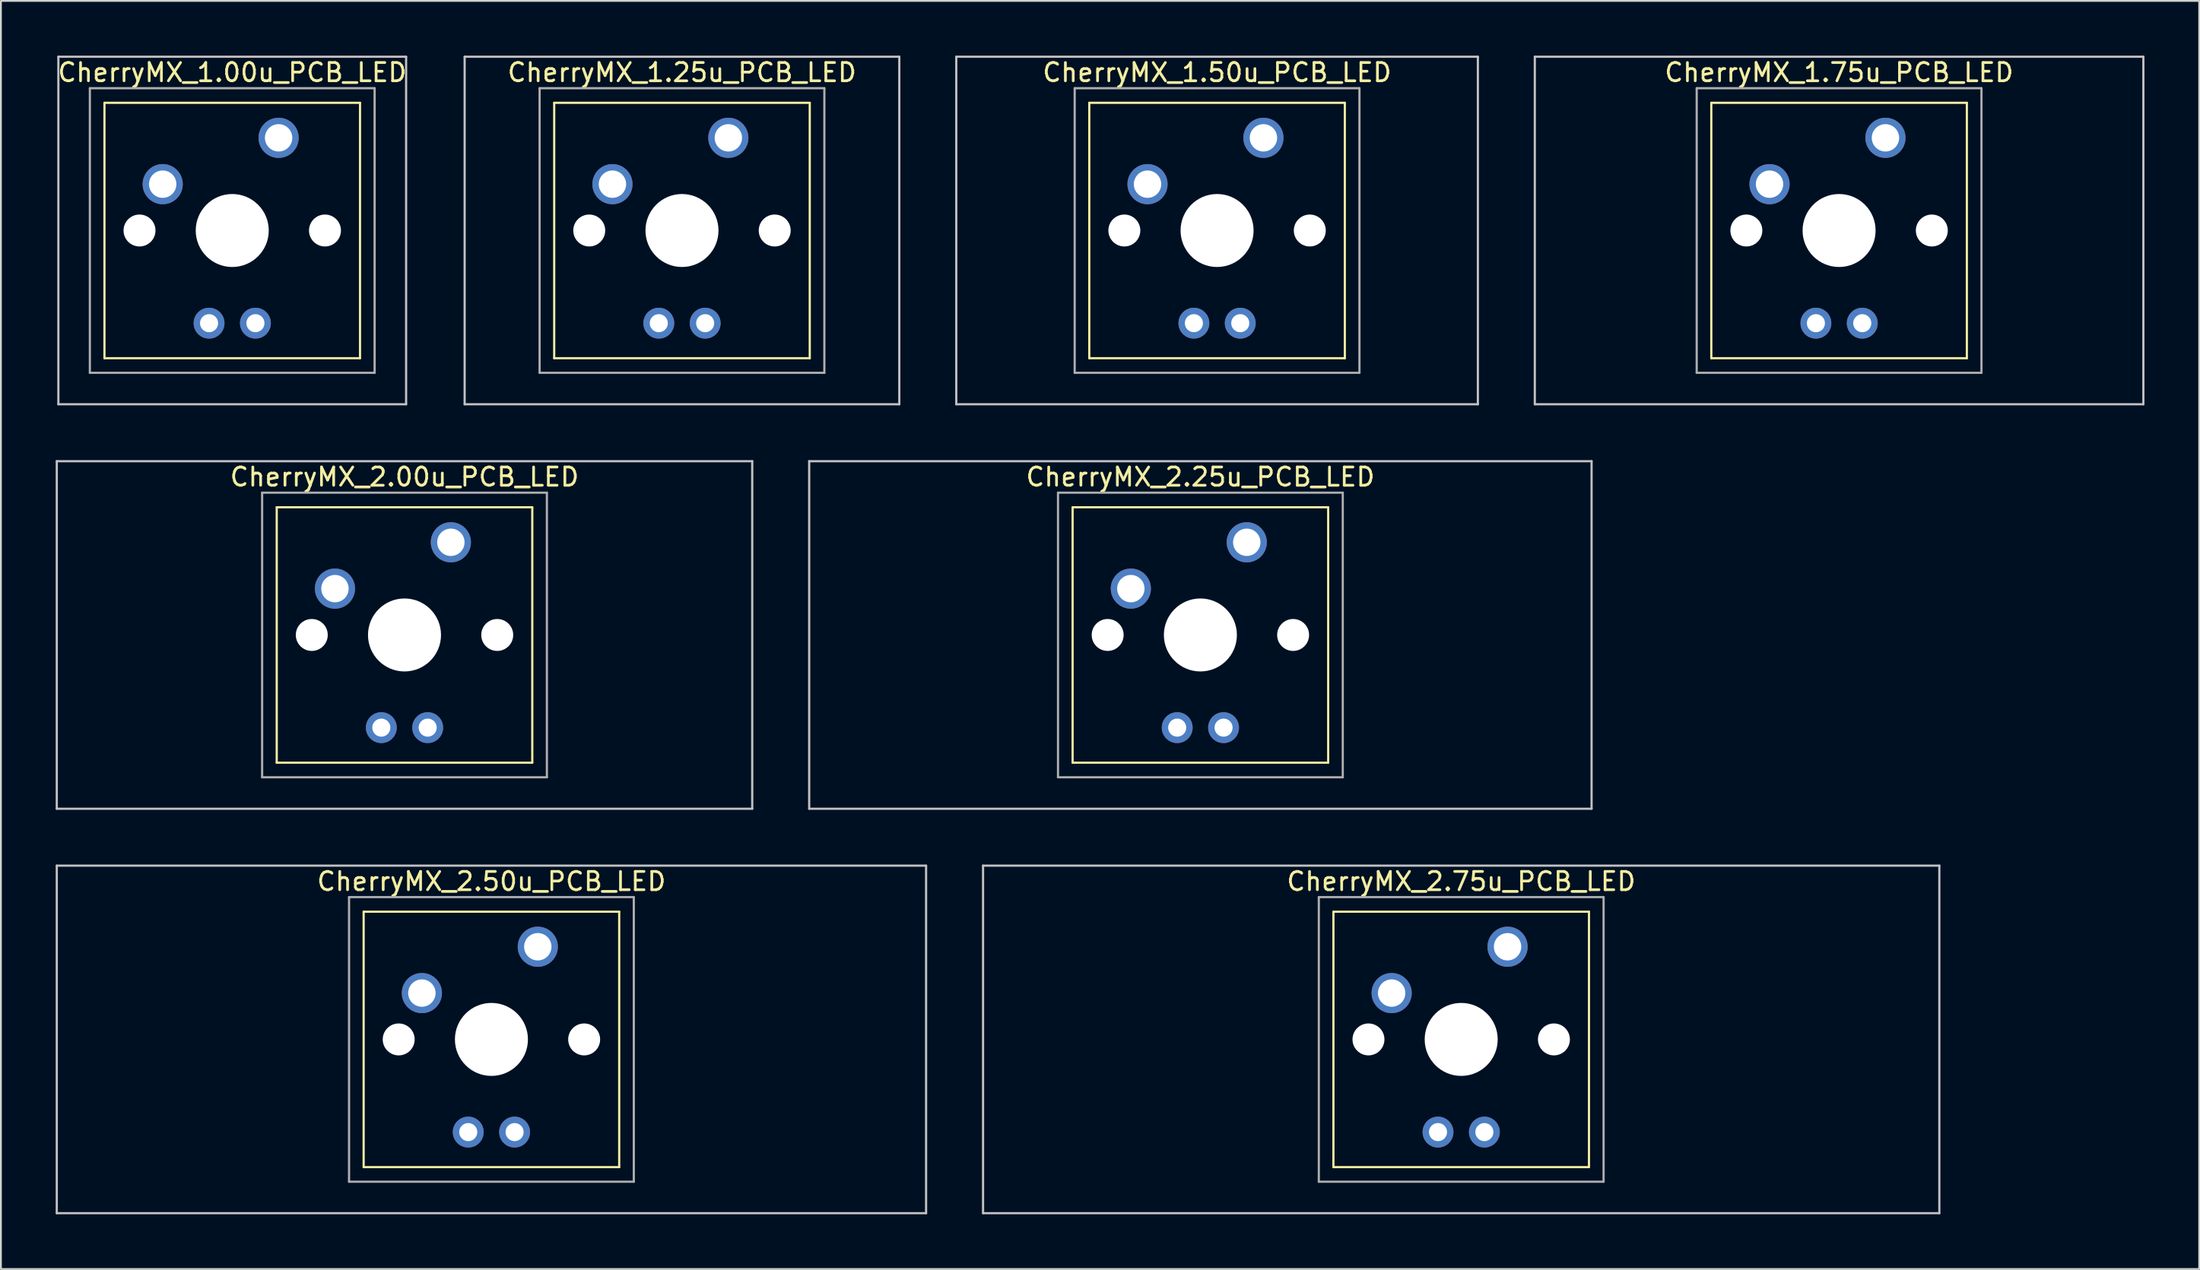
<source format=kicad_pcb>
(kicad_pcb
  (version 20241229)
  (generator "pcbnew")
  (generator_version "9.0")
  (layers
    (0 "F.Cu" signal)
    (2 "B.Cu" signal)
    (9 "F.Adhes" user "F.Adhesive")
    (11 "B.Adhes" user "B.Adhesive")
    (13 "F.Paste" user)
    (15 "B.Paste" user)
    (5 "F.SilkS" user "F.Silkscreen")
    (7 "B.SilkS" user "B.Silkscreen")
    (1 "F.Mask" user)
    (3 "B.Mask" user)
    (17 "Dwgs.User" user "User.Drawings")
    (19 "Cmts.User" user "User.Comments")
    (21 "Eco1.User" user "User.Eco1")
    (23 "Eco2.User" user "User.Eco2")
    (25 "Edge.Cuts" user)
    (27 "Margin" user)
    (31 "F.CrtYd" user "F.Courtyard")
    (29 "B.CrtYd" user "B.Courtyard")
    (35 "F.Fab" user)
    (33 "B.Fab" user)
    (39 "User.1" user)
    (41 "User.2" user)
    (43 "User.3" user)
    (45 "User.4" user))
  (footprint "CherryMX_1.75u_PCB_LED"
    (layer "F.Cu")
    (at 97.701 9.585)
    (property "Reference" "CherryMX_1.75u_PCB_LED" (at 0 -8.662 0) (layer "F.SilkS") (effects (font (size 1 1) (thickness 0.15))))
    (attr through_hole)
    (fp_line (start -7 -7) (end -7 7) (stroke (width 0.12) (type solid)) (layer "F.SilkS"))
    (fp_line (start -7 -7) (end 7 -7) (stroke (width 0.12) (type solid)) (layer "F.SilkS"))
    (fp_line (start 7 -7) (end 7 7) (stroke (width 0.12) (type solid)) (layer "F.SilkS"))
    (fp_line (start 7 7) (end -7 7) (stroke (width 0.12) (type solid)) (layer "F.SilkS"))
    (fp_line (start -16.669 -9.525) (end 16.669 -9.525) (stroke (width 0.12) (type solid)) (layer "Dwgs.User"))
    (fp_line (start -16.669 9.525) (end -16.669 -9.525) (stroke (width 0.12) (type solid)) (layer "Dwgs.User"))
    (fp_line (start 16.669 -9.525) (end 16.669 9.525) (stroke (width 0.12) (type solid)) (layer "Dwgs.User"))
    (fp_line (start 16.669 9.525) (end -16.669 9.525) (stroke (width 0.12) (type solid)) (layer "Dwgs.User"))
    (fp_line (start -7.8 -7.8) (end -7.8 7.8) (stroke (width 0.12) (type solid)) (layer "F.Fab"))
    (fp_line (start -7.8 -7.8) (end 7.8 -7.8) (stroke (width 0.12) (type solid)) (layer "F.Fab"))
    (fp_line (start -7.8 7.8) (end 7.8 7.8) (stroke (width 0.12) (type solid)) (layer "F.Fab"))
    (fp_line (start 7.8 -7.8) (end 7.8 7.8) (stroke (width 0.12) (type solid)) (layer "F.Fab"))
    (pad "" np_thru_hole circle (at -5.08 0) (size 1.75 1.75) (drill 1.75) (layers "*.Cu" "*.Mask"))
    (pad "" np_thru_hole circle (at 0 0) (size 4 4) (drill 4) (layers "*.Cu" "*.Mask"))
    (pad "" np_thru_hole circle (at 5.08 0) (size 1.75 1.75) (drill 1.75) (layers "*.Cu" "*.Mask"))
    (pad "1" thru_hole circle (at -3.81 -2.54) (size 2.2 2.2) (drill 1.5) (layers "*.Cu" "*.Mask"))
    (pad "2" thru_hole circle (at 2.54 -5.08) (size 2.2 2.2) (drill 1.5) (layers "*.Cu" "*.Mask"))
    (pad "3" thru_hole circle (at -1.27 5.08) (size 1.691 1.691) (drill 0.991) (layers "*.Cu" "*.Mask"))
    (pad "4" thru_hole circle (at 1.27 5.08) (size 1.691 1.691) (drill 0.991) (layers "*.Cu" "*.Mask")))
  (footprint "CherryMX_2.00u_PCB_LED"
    (layer "F.Cu")
    (at 19.11 31.755)
    (property "Reference" "CherryMX_2.00u_PCB_LED" (at 0 -8.662 0) (layer "F.SilkS") (effects (font (size 1 1) (thickness 0.15))))
    (attr through_hole)
    (fp_line (start -7 -7) (end -7 7) (stroke (width 0.12) (type solid)) (layer "F.SilkS"))
    (fp_line (start -7 -7) (end 7 -7) (stroke (width 0.12) (type solid)) (layer "F.SilkS"))
    (fp_line (start 7 -7) (end 7 7) (stroke (width 0.12) (type solid)) (layer "F.SilkS"))
    (fp_line (start 7 7) (end -7 7) (stroke (width 0.12) (type solid)) (layer "F.SilkS"))
    (fp_line (start -19.05 -9.525) (end 19.05 -9.525) (stroke (width 0.12) (type solid)) (layer "Dwgs.User"))
    (fp_line (start -19.05 9.525) (end -19.05 -9.525) (stroke (width 0.12) (type solid)) (layer "Dwgs.User"))
    (fp_line (start 19.05 -9.525) (end 19.05 9.525) (stroke (width 0.12) (type solid)) (layer "Dwgs.User"))
    (fp_line (start 19.05 9.525) (end -19.05 9.525) (stroke (width 0.12) (type solid)) (layer "Dwgs.User"))
    (fp_line (start -7.8 -7.8) (end -7.8 7.8) (stroke (width 0.12) (type solid)) (layer "F.Fab"))
    (fp_line (start -7.8 -7.8) (end 7.8 -7.8) (stroke (width 0.12) (type solid)) (layer "F.Fab"))
    (fp_line (start -7.8 7.8) (end 7.8 7.8) (stroke (width 0.12) (type solid)) (layer "F.Fab"))
    (fp_line (start 7.8 -7.8) (end 7.8 7.8) (stroke (width 0.12) (type solid)) (layer "F.Fab"))
    (pad "" np_thru_hole circle (at -5.08 0) (size 1.75 1.75) (drill 1.75) (layers "*.Cu" "*.Mask"))
    (pad "" np_thru_hole circle (at 0 0) (size 4 4) (drill 4) (layers "*.Cu" "*.Mask"))
    (pad "" np_thru_hole circle (at 5.08 0) (size 1.75 1.75) (drill 1.75) (layers "*.Cu" "*.Mask"))
    (pad "1" thru_hole circle (at -3.81 -2.54) (size 2.2 2.2) (drill 1.5) (layers "*.Cu" "*.Mask"))
    (pad "2" thru_hole circle (at 2.54 -5.08) (size 2.2 2.2) (drill 1.5) (layers "*.Cu" "*.Mask"))
    (pad "3" thru_hole circle (at -1.27 5.08) (size 1.691 1.691) (drill 0.991) (layers "*.Cu" "*.Mask"))
    (pad "4" thru_hole circle (at 1.27 5.08) (size 1.691 1.691) (drill 0.991) (layers "*.Cu" "*.Mask")))
  (footprint "CherryMX_2.25u_PCB_LED"
    (layer "F.Cu")
    (at 62.711 31.755)
    (property "Reference" "CherryMX_2.25u_PCB_LED" (at 0 -8.662 0) (layer "F.SilkS") (effects (font (size 1 1) (thickness 0.15))))
    (attr through_hole)
    (fp_line (start -7 -7) (end -7 7) (stroke (width 0.12) (type solid)) (layer "F.SilkS"))
    (fp_line (start -7 -7) (end 7 -7) (stroke (width 0.12) (type solid)) (layer "F.SilkS"))
    (fp_line (start 7 -7) (end 7 7) (stroke (width 0.12) (type solid)) (layer "F.SilkS"))
    (fp_line (start 7 7) (end -7 7) (stroke (width 0.12) (type solid)) (layer "F.SilkS"))
    (fp_line (start -21.431 -9.525) (end 21.431 -9.525) (stroke (width 0.12) (type solid)) (layer "Dwgs.User"))
    (fp_line (start -21.431 9.525) (end -21.431 -9.525) (stroke (width 0.12) (type solid)) (layer "Dwgs.User"))
    (fp_line (start 21.431 -9.525) (end 21.431 9.525) (stroke (width 0.12) (type solid)) (layer "Dwgs.User"))
    (fp_line (start 21.431 9.525) (end -21.431 9.525) (stroke (width 0.12) (type solid)) (layer "Dwgs.User"))
    (fp_line (start -7.8 -7.8) (end -7.8 7.8) (stroke (width 0.12) (type solid)) (layer "F.Fab"))
    (fp_line (start -7.8 -7.8) (end 7.8 -7.8) (stroke (width 0.12) (type solid)) (layer "F.Fab"))
    (fp_line (start -7.8 7.8) (end 7.8 7.8) (stroke (width 0.12) (type solid)) (layer "F.Fab"))
    (fp_line (start 7.8 -7.8) (end 7.8 7.8) (stroke (width 0.12) (type solid)) (layer "F.Fab"))
    (pad "" np_thru_hole circle (at -5.08 0) (size 1.75 1.75) (drill 1.75) (layers "*.Cu" "*.Mask"))
    (pad "" np_thru_hole circle (at 0 0) (size 4 4) (drill 4) (layers "*.Cu" "*.Mask"))
    (pad "" np_thru_hole circle (at 5.08 0) (size 1.75 1.75) (drill 1.75) (layers "*.Cu" "*.Mask"))
    (pad "1" thru_hole circle (at -3.81 -2.54) (size 2.2 2.2) (drill 1.5) (layers "*.Cu" "*.Mask"))
    (pad "2" thru_hole circle (at 2.54 -5.08) (size 2.2 2.2) (drill 1.5) (layers "*.Cu" "*.Mask"))
    (pad "3" thru_hole circle (at -1.27 5.08) (size 1.691 1.691) (drill 0.991) (layers "*.Cu" "*.Mask"))
    (pad "4" thru_hole circle (at 1.27 5.08) (size 1.691 1.691) (drill 0.991) (layers "*.Cu" "*.Mask")))
  (footprint "CherryMX_1.50u_PCB_LED"
    (layer "F.Cu")
    (at 63.625 9.585)
    (property "Reference" "CherryMX_1.50u_PCB_LED" (at 0 -8.662 0) (layer "F.SilkS") (effects (font (size 1 1) (thickness 0.15))))
    (attr through_hole)
    (fp_line (start -7 -7) (end -7 7) (stroke (width 0.12) (type solid)) (layer "F.SilkS"))
    (fp_line (start -7 -7) (end 7 -7) (stroke (width 0.12) (type solid)) (layer "F.SilkS"))
    (fp_line (start 7 -7) (end 7 7) (stroke (width 0.12) (type solid)) (layer "F.SilkS"))
    (fp_line (start 7 7) (end -7 7) (stroke (width 0.12) (type solid)) (layer "F.SilkS"))
    (fp_line (start -14.287 -9.525) (end 14.287 -9.525) (stroke (width 0.12) (type solid)) (layer "Dwgs.User"))
    (fp_line (start -14.287 9.525) (end -14.287 -9.525) (stroke (width 0.12) (type solid)) (layer "Dwgs.User"))
    (fp_line (start 14.287 -9.525) (end 14.287 9.525) (stroke (width 0.12) (type solid)) (layer "Dwgs.User"))
    (fp_line (start 14.287 9.525) (end -14.287 9.525) (stroke (width 0.12) (type solid)) (layer "Dwgs.User"))
    (fp_line (start -7.8 -7.8) (end -7.8 7.8) (stroke (width 0.12) (type solid)) (layer "F.Fab"))
    (fp_line (start -7.8 -7.8) (end 7.8 -7.8) (stroke (width 0.12) (type solid)) (layer "F.Fab"))
    (fp_line (start -7.8 7.8) (end 7.8 7.8) (stroke (width 0.12) (type solid)) (layer "F.Fab"))
    (fp_line (start 7.8 -7.8) (end 7.8 7.8) (stroke (width 0.12) (type solid)) (layer "F.Fab"))
    (pad "" np_thru_hole circle (at -5.08 0) (size 1.75 1.75) (drill 1.75) (layers "*.Cu" "*.Mask"))
    (pad "" np_thru_hole circle (at 0 0) (size 4 4) (drill 4) (layers "*.Cu" "*.Mask"))
    (pad "" np_thru_hole circle (at 5.08 0) (size 1.75 1.75) (drill 1.75) (layers "*.Cu" "*.Mask"))
    (pad "1" thru_hole circle (at -3.81 -2.54) (size 2.2 2.2) (drill 1.5) (layers "*.Cu" "*.Mask"))
    (pad "2" thru_hole circle (at 2.54 -5.08) (size 2.2 2.2) (drill 1.5) (layers "*.Cu" "*.Mask"))
    (pad "3" thru_hole circle (at -1.27 5.08) (size 1.691 1.691) (drill 0.991) (layers "*.Cu" "*.Mask"))
    (pad "4" thru_hole circle (at 1.27 5.08) (size 1.691 1.691) (drill 0.991) (layers "*.Cu" "*.Mask")))
  (footprint "CherryMX_2.75u_PCB_LED"
    (layer "F.Cu")
    (at 76.999 53.925)
    (property "Reference" "CherryMX_2.75u_PCB_LED" (at 0 -8.662 0) (layer "F.SilkS") (effects (font (size 1 1) (thickness 0.15))))
    (attr through_hole)
    (fp_line (start -7 -7) (end -7 7) (stroke (width 0.12) (type solid)) (layer "F.SilkS"))
    (fp_line (start -7 -7) (end 7 -7) (stroke (width 0.12) (type solid)) (layer "F.SilkS"))
    (fp_line (start 7 -7) (end 7 7) (stroke (width 0.12) (type solid)) (layer "F.SilkS"))
    (fp_line (start 7 7) (end -7 7) (stroke (width 0.12) (type solid)) (layer "F.SilkS"))
    (fp_line (start -26.194 -9.525) (end 26.194 -9.525) (stroke (width 0.12) (type solid)) (layer "Dwgs.User"))
    (fp_line (start -26.194 9.525) (end -26.194 -9.525) (stroke (width 0.12) (type solid)) (layer "Dwgs.User"))
    (fp_line (start 26.194 -9.525) (end 26.194 9.525) (stroke (width 0.12) (type solid)) (layer "Dwgs.User"))
    (fp_line (start 26.194 9.525) (end -26.194 9.525) (stroke (width 0.12) (type solid)) (layer "Dwgs.User"))
    (fp_line (start -7.8 -7.8) (end -7.8 7.8) (stroke (width 0.12) (type solid)) (layer "F.Fab"))
    (fp_line (start -7.8 -7.8) (end 7.8 -7.8) (stroke (width 0.12) (type solid)) (layer "F.Fab"))
    (fp_line (start -7.8 7.8) (end 7.8 7.8) (stroke (width 0.12) (type solid)) (layer "F.Fab"))
    (fp_line (start 7.8 -7.8) (end 7.8 7.8) (stroke (width 0.12) (type solid)) (layer "F.Fab"))
    (pad "" np_thru_hole circle (at -5.08 0) (size 1.75 1.75) (drill 1.75) (layers "*.Cu" "*.Mask"))
    (pad "" np_thru_hole circle (at 0 0) (size 4 4) (drill 4) (layers "*.Cu" "*.Mask"))
    (pad "" np_thru_hole circle (at 5.08 0) (size 1.75 1.75) (drill 1.75) (layers "*.Cu" "*.Mask"))
    (pad "1" thru_hole circle (at -3.81 -2.54) (size 2.2 2.2) (drill 1.5) (layers "*.Cu" "*.Mask"))
    (pad "2" thru_hole circle (at 2.54 -5.08) (size 2.2 2.2) (drill 1.5) (layers "*.Cu" "*.Mask"))
    (pad "3" thru_hole circle (at -1.27 5.08) (size 1.691 1.691) (drill 0.991) (layers "*.Cu" "*.Mask"))
    (pad "4" thru_hole circle (at 1.27 5.08) (size 1.691 1.691) (drill 0.991) (layers "*.Cu" "*.Mask")))
  (footprint "CherryMX_1.25u_PCB_LED"
    (layer "F.Cu")
    (at 34.311 9.585)
    (property "Reference" "CherryMX_1.25u_PCB_LED" (at 0 -8.662 0) (layer "F.SilkS") (effects (font (size 1 1) (thickness 0.15))))
    (attr through_hole)
    (fp_line (start -7 -7) (end -7 7) (stroke (width 0.12) (type solid)) (layer "F.SilkS"))
    (fp_line (start -7 -7) (end 7 -7) (stroke (width 0.12) (type solid)) (layer "F.SilkS"))
    (fp_line (start 7 -7) (end 7 7) (stroke (width 0.12) (type solid)) (layer "F.SilkS"))
    (fp_line (start 7 7) (end -7 7) (stroke (width 0.12) (type solid)) (layer "F.SilkS"))
    (fp_line (start -11.906 -9.525) (end 11.906 -9.525) (stroke (width 0.12) (type solid)) (layer "Dwgs.User"))
    (fp_line (start -11.906 9.525) (end -11.906 -9.525) (stroke (width 0.12) (type solid)) (layer "Dwgs.User"))
    (fp_line (start 11.906 -9.525) (end 11.906 9.525) (stroke (width 0.12) (type solid)) (layer "Dwgs.User"))
    (fp_line (start 11.906 9.525) (end -11.906 9.525) (stroke (width 0.12) (type solid)) (layer "Dwgs.User"))
    (fp_line (start -7.8 -7.8) (end -7.8 7.8) (stroke (width 0.12) (type solid)) (layer "F.Fab"))
    (fp_line (start -7.8 -7.8) (end 7.8 -7.8) (stroke (width 0.12) (type solid)) (layer "F.Fab"))
    (fp_line (start -7.8 7.8) (end 7.8 7.8) (stroke (width 0.12) (type solid)) (layer "F.Fab"))
    (fp_line (start 7.8 -7.8) (end 7.8 7.8) (stroke (width 0.12) (type solid)) (layer "F.Fab"))
    (pad "" np_thru_hole circle (at -5.08 0) (size 1.75 1.75) (drill 1.75) (layers "*.Cu" "*.Mask"))
    (pad "" np_thru_hole circle (at 0 0) (size 4 4) (drill 4) (layers "*.Cu" "*.Mask"))
    (pad "" np_thru_hole circle (at 5.08 0) (size 1.75 1.75) (drill 1.75) (layers "*.Cu" "*.Mask"))
    (pad "1" thru_hole circle (at -3.81 -2.54) (size 2.2 2.2) (drill 1.5) (layers "*.Cu" "*.Mask"))
    (pad "2" thru_hole circle (at 2.54 -5.08) (size 2.2 2.2) (drill 1.5) (layers "*.Cu" "*.Mask"))
    (pad "3" thru_hole circle (at -1.27 5.08) (size 1.691 1.691) (drill 0.991) (layers "*.Cu" "*.Mask"))
    (pad "4" thru_hole circle (at 1.27 5.08) (size 1.691 1.691) (drill 0.991) (layers "*.Cu" "*.Mask")))
  (footprint "CherryMX_1.00u_PCB_LED"
    (layer "F.Cu")
    (at 9.673 9.585)
    (property "Reference" "CherryMX_1.00u_PCB_LED" (at 0 -8.662 0) (layer "F.SilkS") (effects (font (size 1 1) (thickness 0.15))))
    (attr through_hole)
    (fp_line (start -7 -7) (end -7 7) (stroke (width 0.12) (type solid)) (layer "F.SilkS"))
    (fp_line (start -7 -7) (end 7 -7) (stroke (width 0.12) (type solid)) (layer "F.SilkS"))
    (fp_line (start 7 -7) (end 7 7) (stroke (width 0.12) (type solid)) (layer "F.SilkS"))
    (fp_line (start 7 7) (end -7 7) (stroke (width 0.12) (type solid)) (layer "F.SilkS"))
    (fp_line (start -9.525 -9.525) (end 9.525 -9.525) (stroke (width 0.12) (type solid)) (layer "Dwgs.User"))
    (fp_line (start -9.525 9.525) (end -9.525 -9.525) (stroke (width 0.12) (type solid)) (layer "Dwgs.User"))
    (fp_line (start 9.525 -9.525) (end 9.525 9.525) (stroke (width 0.12) (type solid)) (layer "Dwgs.User"))
    (fp_line (start 9.525 9.525) (end -9.525 9.525) (stroke (width 0.12) (type solid)) (layer "Dwgs.User"))
    (fp_line (start -7.8 -7.8) (end -7.8 7.8) (stroke (width 0.12) (type solid)) (layer "F.Fab"))
    (fp_line (start -7.8 -7.8) (end 7.8 -7.8) (stroke (width 0.12) (type solid)) (layer "F.Fab"))
    (fp_line (start -7.8 7.8) (end 7.8 7.8) (stroke (width 0.12) (type solid)) (layer "F.Fab"))
    (fp_line (start 7.8 -7.8) (end 7.8 7.8) (stroke (width 0.12) (type solid)) (layer "F.Fab"))
    (pad "" np_thru_hole circle (at -5.08 0) (size 1.75 1.75) (drill 1.75) (layers "*.Cu" "*.Mask"))
    (pad "" np_thru_hole circle (at 0 0) (size 4 4) (drill 4) (layers "*.Cu" "*.Mask"))
    (pad "" np_thru_hole circle (at 5.08 0) (size 1.75 1.75) (drill 1.75) (layers "*.Cu" "*.Mask"))
    (pad "1" thru_hole circle (at -3.81 -2.54) (size 2.2 2.2) (drill 1.5) (layers "*.Cu" "*.Mask"))
    (pad "2" thru_hole circle (at 2.54 -5.08) (size 2.2 2.2) (drill 1.5) (layers "*.Cu" "*.Mask"))
    (pad "3" thru_hole circle (at -1.27 5.08) (size 1.691 1.691) (drill 0.991) (layers "*.Cu" "*.Mask"))
    (pad "4" thru_hole circle (at 1.27 5.08) (size 1.691 1.691) (drill 0.991) (layers "*.Cu" "*.Mask")))
  (footprint "CherryMX_2.50u_PCB_LED"
    (layer "F.Cu")
    (at 23.872 53.925)
    (property "Reference" "CherryMX_2.50u_PCB_LED" (at 0 -8.662 0) (layer "F.SilkS") (effects (font (size 1 1) (thickness 0.15))))
    (attr through_hole)
    (fp_line (start -7 -7) (end -7 7) (stroke (width 0.12) (type solid)) (layer "F.SilkS"))
    (fp_line (start -7 -7) (end 7 -7) (stroke (width 0.12) (type solid)) (layer "F.SilkS"))
    (fp_line (start 7 -7) (end 7 7) (stroke (width 0.12) (type solid)) (layer "F.SilkS"))
    (fp_line (start 7 7) (end -7 7) (stroke (width 0.12) (type solid)) (layer "F.SilkS"))
    (fp_line (start -23.812 -9.525) (end 23.812 -9.525) (stroke (width 0.12) (type solid)) (layer "Dwgs.User"))
    (fp_line (start -23.812 9.525) (end -23.812 -9.525) (stroke (width 0.12) (type solid)) (layer "Dwgs.User"))
    (fp_line (start 23.812 -9.525) (end 23.812 9.525) (stroke (width 0.12) (type solid)) (layer "Dwgs.User"))
    (fp_line (start 23.812 9.525) (end -23.812 9.525) (stroke (width 0.12) (type solid)) (layer "Dwgs.User"))
    (fp_line (start -7.8 -7.8) (end -7.8 7.8) (stroke (width 0.12) (type solid)) (layer "F.Fab"))
    (fp_line (start -7.8 -7.8) (end 7.8 -7.8) (stroke (width 0.12) (type solid)) (layer "F.Fab"))
    (fp_line (start -7.8 7.8) (end 7.8 7.8) (stroke (width 0.12) (type solid)) (layer "F.Fab"))
    (fp_line (start 7.8 -7.8) (end 7.8 7.8) (stroke (width 0.12) (type solid)) (layer "F.Fab"))
    (pad "" np_thru_hole circle (at -5.08 0) (size 1.75 1.75) (drill 1.75) (layers "*.Cu" "*.Mask"))
    (pad "" np_thru_hole circle (at 0 0) (size 4 4) (drill 4) (layers "*.Cu" "*.Mask"))
    (pad "" np_thru_hole circle (at 5.08 0) (size 1.75 1.75) (drill 1.75) (layers "*.Cu" "*.Mask"))
    (pad "1" thru_hole circle (at -3.81 -2.54) (size 2.2 2.2) (drill 1.5) (layers "*.Cu" "*.Mask"))
    (pad "2" thru_hole circle (at 2.54 -5.08) (size 2.2 2.2) (drill 1.5) (layers "*.Cu" "*.Mask"))
    (pad "3" thru_hole circle (at -1.27 5.08) (size 1.691 1.691) (drill 0.991) (layers "*.Cu" "*.Mask"))
    (pad "4" thru_hole circle (at 1.27 5.08) (size 1.691 1.691) (drill 0.991) (layers "*.Cu" "*.Mask")))
  (gr_rect
    (start -3 -3)
    (end 117.43 66.51)
    (stroke (width 0.1) (type default))
    (fill no)
    (layer "Edge.Cuts")))
</source>
